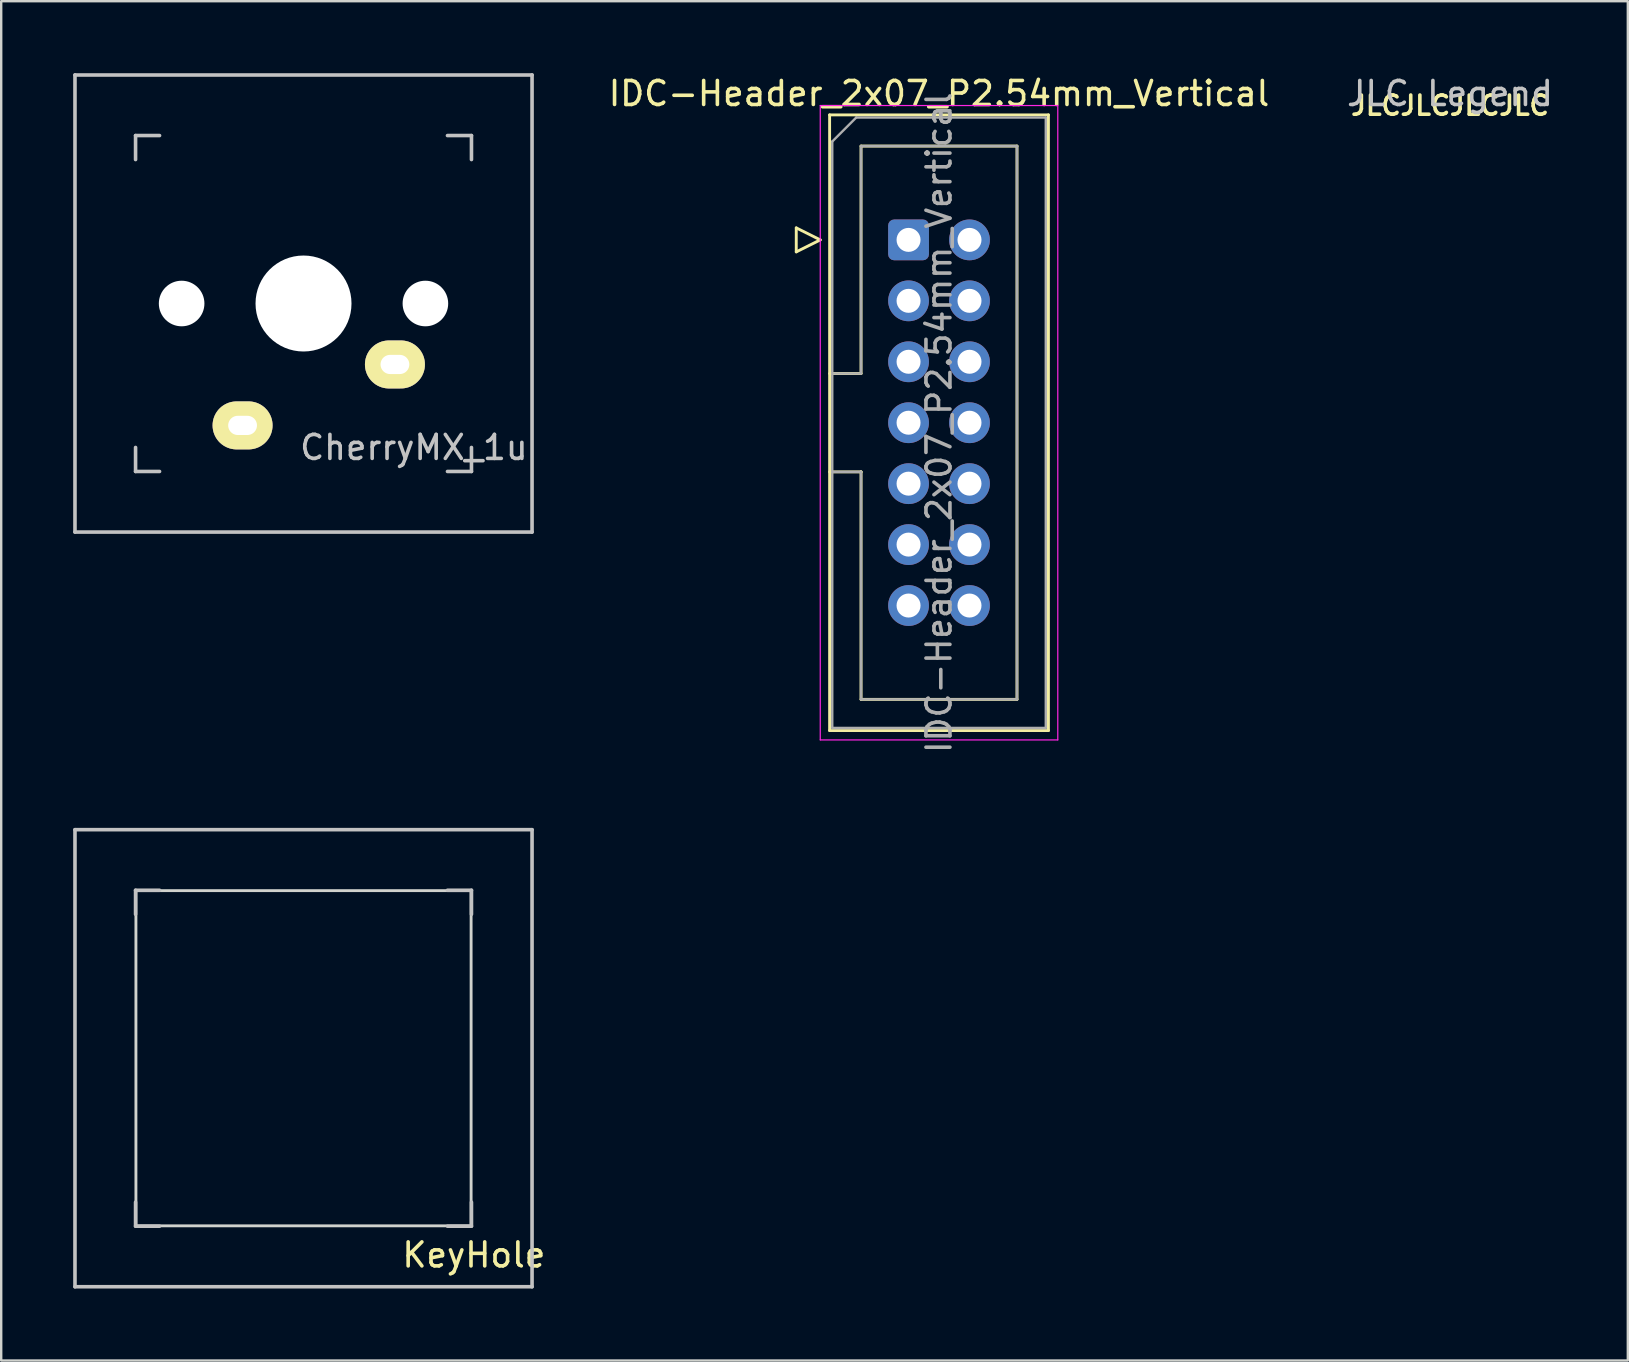
<source format=kicad_pcb>
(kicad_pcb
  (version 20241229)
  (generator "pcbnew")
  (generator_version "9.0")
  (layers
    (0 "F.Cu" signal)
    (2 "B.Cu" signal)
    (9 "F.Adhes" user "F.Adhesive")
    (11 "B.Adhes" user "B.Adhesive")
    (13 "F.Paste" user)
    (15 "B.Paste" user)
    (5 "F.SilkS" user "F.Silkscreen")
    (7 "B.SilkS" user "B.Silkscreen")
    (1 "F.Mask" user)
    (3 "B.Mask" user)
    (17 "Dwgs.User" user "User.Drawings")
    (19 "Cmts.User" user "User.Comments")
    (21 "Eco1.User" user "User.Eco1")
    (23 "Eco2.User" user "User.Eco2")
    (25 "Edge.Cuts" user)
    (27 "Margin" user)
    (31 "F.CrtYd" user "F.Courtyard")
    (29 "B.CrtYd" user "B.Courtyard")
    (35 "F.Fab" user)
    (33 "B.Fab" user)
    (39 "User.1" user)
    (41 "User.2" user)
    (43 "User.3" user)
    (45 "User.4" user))
  (footprint "JLC Legend"
    (layer "F.Cu")
    (at 57.385 1.348)
    (property "Reference" "JLC Legend" (at 0 -0.5 0) (unlocked yes) (layer "Dwgs.User") (effects (font (size 1 1) (thickness 0.15))))
    (fp_text user "JLCJLCJLCJLC" (at 0 0 0) (unlocked yes) (layer "F.SilkS") (effects (font (size 0.8 0.8) (thickness 0.15)))))
  (footprint "IDC-Header_2x07_P2.54mm_Vertical"
    (layer "F.Cu")
    (at 34.817 6.948)
    (property "Reference" "IDC-Header_2x07_P2.54mm_Vertical" (at 1.27 -6.1 0) (layer "F.SilkS") (effects (font (size 1 1) (thickness 0.15))))
    (attr through_hole)
    (fp_line (start -4.68 -0.5) (end -4.68 0.5) (stroke (width 0.12) (type solid)) (layer "F.SilkS"))
    (fp_line (start -4.68 0.5) (end -3.68 0) (stroke (width 0.12) (type solid)) (layer "F.SilkS"))
    (fp_line (start -3.68 0) (end -4.68 -0.5) (stroke (width 0.12) (type solid)) (layer "F.SilkS"))
    (fp_line (start -3.29 -5.21) (end 5.83 -5.21) (stroke (width 0.12) (type solid)) (layer "F.SilkS"))
    (fp_line (start -3.29 5.57) (end -1.98 5.57) (stroke (width 0.12) (type solid)) (layer "F.SilkS"))
    (fp_line (start -3.29 20.45) (end -3.29 -5.21) (stroke (width 0.12) (type solid)) (layer "F.SilkS"))
    (fp_line (start -1.98 -3.91) (end 4.52 -3.91) (stroke (width 0.12) (type solid)) (layer "F.SilkS"))
    (fp_line (start -1.98 5.57) (end -1.98 -3.91) (stroke (width 0.12) (type solid)) (layer "F.SilkS"))
    (fp_line (start -1.98 9.67) (end -3.29 9.67) (stroke (width 0.12) (type solid)) (layer "F.SilkS"))
    (fp_line (start -1.98 9.67) (end -1.98 9.67) (stroke (width 0.12) (type solid)) (layer "F.SilkS"))
    (fp_line (start -1.98 19.15) (end -1.98 9.67) (stroke (width 0.12) (type solid)) (layer "F.SilkS"))
    (fp_line (start 4.52 -3.91) (end 4.52 19.15) (stroke (width 0.12) (type solid)) (layer "F.SilkS"))
    (fp_line (start 4.52 19.15) (end -1.98 19.15) (stroke (width 0.12) (type solid)) (layer "F.SilkS"))
    (fp_line (start 5.83 -5.21) (end 5.83 20.45) (stroke (width 0.12) (type solid)) (layer "F.SilkS"))
    (fp_line (start 5.83 20.45) (end -3.29 20.45) (stroke (width 0.12) (type solid)) (layer "F.SilkS"))
    (fp_line (start -3.68 -5.6) (end -3.68 20.84) (stroke (width 0.05) (type solid)) (layer "F.CrtYd"))
    (fp_line (start -3.68 20.84) (end 6.22 20.84) (stroke (width 0.05) (type solid)) (layer "F.CrtYd"))
    (fp_line (start 6.22 -5.6) (end -3.68 -5.6) (stroke (width 0.05) (type solid)) (layer "F.CrtYd"))
    (fp_line (start 6.22 20.84) (end 6.22 -5.6) (stroke (width 0.05) (type solid)) (layer "F.CrtYd"))
    (fp_line (start -3.18 -4.1) (end -2.18 -5.1) (stroke (width 0.1) (type solid)) (layer "F.Fab"))
    (fp_line (start -3.18 5.57) (end -1.98 5.57) (stroke (width 0.1) (type solid)) (layer "F.Fab"))
    (fp_line (start -3.18 20.34) (end -3.18 -4.1) (stroke (width 0.1) (type solid)) (layer "F.Fab"))
    (fp_line (start -2.18 -5.1) (end 5.72 -5.1) (stroke (width 0.1) (type solid)) (layer "F.Fab"))
    (fp_line (start -1.98 -3.91) (end 4.52 -3.91) (stroke (width 0.1) (type solid)) (layer "F.Fab"))
    (fp_line (start -1.98 5.57) (end -1.98 -3.91) (stroke (width 0.1) (type solid)) (layer "F.Fab"))
    (fp_line (start -1.98 9.67) (end -3.18 9.67) (stroke (width 0.1) (type solid)) (layer "F.Fab"))
    (fp_line (start -1.98 9.67) (end -1.98 9.67) (stroke (width 0.1) (type solid)) (layer "F.Fab"))
    (fp_line (start -1.98 19.15) (end -1.98 9.67) (stroke (width 0.1) (type solid)) (layer "F.Fab"))
    (fp_line (start 4.52 -3.91) (end 4.52 19.15) (stroke (width 0.1) (type solid)) (layer "F.Fab"))
    (fp_line (start 4.52 19.15) (end -1.98 19.15) (stroke (width 0.1) (type solid)) (layer "F.Fab"))
    (fp_line (start 5.72 -5.1) (end 5.72 20.34) (stroke (width 0.1) (type solid)) (layer "F.Fab"))
    (fp_line (start 5.72 20.34) (end -3.18 20.34) (stroke (width 0.1) (type solid)) (layer "F.Fab"))
    (fp_text user "${REFERENCE}" (at 1.27 7.62 90) (layer "F.Fab") (effects (font (size 1 1) (thickness 0.15))))
    (pad "1" thru_hole roundrect (at 0 0) (size 1.7 1.7) (drill 1) (layers "*.Cu" "*.Mask") (roundrect_rratio 0.147))
    (pad "2" thru_hole circle (at 2.54 0) (size 1.7 1.7) (drill 1) (layers "*.Cu" "*.Mask"))
    (pad "3" thru_hole circle (at 0 2.54) (size 1.7 1.7) (drill 1) (layers "*.Cu" "*.Mask"))
    (pad "4" thru_hole circle (at 2.54 2.54) (size 1.7 1.7) (drill 1) (layers "*.Cu" "*.Mask"))
    (pad "5" thru_hole circle (at 0 5.08) (size 1.7 1.7) (drill 1) (layers "*.Cu" "*.Mask"))
    (pad "6" thru_hole circle (at 2.54 5.08) (size 1.7 1.7) (drill 1) (layers "*.Cu" "*.Mask"))
    (pad "7" thru_hole circle (at 0 7.62) (size 1.7 1.7) (drill 1) (layers "*.Cu" "*.Mask"))
    (pad "8" thru_hole circle (at 2.54 7.62) (size 1.7 1.7) (drill 1) (layers "*.Cu" "*.Mask"))
    (pad "9" thru_hole circle (at 0 10.16) (size 1.7 1.7) (drill 1) (layers "*.Cu" "*.Mask"))
    (pad "10" thru_hole circle (at 2.54 10.16) (size 1.7 1.7) (drill 1) (layers "*.Cu" "*.Mask"))
    (pad "11" thru_hole circle (at 0 12.7) (size 1.7 1.7) (drill 1) (layers "*.Cu" "*.Mask"))
    (pad "12" thru_hole circle (at 2.54 12.7) (size 1.7 1.7) (drill 1) (layers "*.Cu" "*.Mask"))
    (pad "13" thru_hole circle (at 0 15.24) (size 1.7 1.7) (drill 1) (layers "*.Cu" "*.Mask"))
    (pad "14" thru_hole circle (at 2.54 15.24) (size 1.7 1.7) (drill 1) (layers "*.Cu" "*.Mask")))
  (footprint "CherryMX_1u"
    (layer "F.Cu")
    (at 9.6 9.6)
    (property "Reference" "CherryMX_1u" (at 4.6 6 180) (layer "Dwgs.User") (effects (font (size 1 1) (thickness 0.15))))
    (attr through_hole)
    (fp_line (start -9.525 -9.525) (end 9.525 -9.525) (stroke (width 0.15) (type solid)) (layer "Dwgs.User"))
    (fp_line (start -9.525 9.525) (end -9.525 -9.525) (stroke (width 0.15) (type solid)) (layer "Dwgs.User"))
    (fp_line (start -7 -7) (end -6 -7) (stroke (width 0.15) (type solid)) (layer "Dwgs.User"))
    (fp_line (start -7 -6) (end -7 -7) (stroke (width 0.15) (type solid)) (layer "Dwgs.User"))
    (fp_line (start -7 6) (end -7 7) (stroke (width 0.15) (type solid)) (layer "Dwgs.User"))
    (fp_line (start -6 7) (end -7 7) (stroke (width 0.15) (type solid)) (layer "Dwgs.User"))
    (fp_line (start 6 7) (end 7 7) (stroke (width 0.15) (type solid)) (layer "Dwgs.User"))
    (fp_line (start 7 -7) (end 6 -7) (stroke (width 0.15) (type solid)) (layer "Dwgs.User"))
    (fp_line (start 7 -6) (end 7 -7) (stroke (width 0.15) (type solid)) (layer "Dwgs.User"))
    (fp_line (start 7 7) (end 7 6) (stroke (width 0.15) (type solid)) (layer "Dwgs.User"))
    (fp_line (start 9.525 -9.525) (end 9.525 9.525) (stroke (width 0.15) (type solid)) (layer "Dwgs.User"))
    (fp_line (start 9.525 9.525) (end -9.525 9.525) (stroke (width 0.15) (type solid)) (layer "Dwgs.User"))
    (pad "" np_thru_hole circle (at -5.08 0 270) (size 1.9 1.9) (drill 1.9) (layers "*.Cu" "*.Mask"))
    (pad "" np_thru_hole circle (at 0 0) (size 4 4) (drill 4) (layers "*.Cu" "*.Mask"))
    (pad "" np_thru_hole circle (at 5.08 0 270) (size 1.9 1.9) (drill 1.9) (layers "*.Cu" "*.Mask"))
    (pad "1" thru_hole oval (at 3.81 2.54 180) (size 2.5 2) (drill oval 1.2 0.8) (layers "*.Cu" "B.Mask" "F.SilkS"))
    (pad "2" thru_hole oval (at -2.54 5.08 180) (size 2.5 2) (drill oval 1.2 0.8) (layers "*.Cu" "B.Mask" "F.SilkS")))
  (footprint "KeyHole"
    (layer "F.Cu")
    (at 9.6 41.055)
    (property "Reference" "KeyHole" (at 7.1 8.2 0) (layer "F.SilkS") (effects (font (size 1 1) (thickness 0.15))))
    (fp_line (start -9.525 -9.525) (end 9.525 -9.525) (stroke (width 0.15) (type solid)) (layer "Dwgs.User"))
    (fp_line (start -9.525 9.525) (end -9.525 -9.525) (stroke (width 0.15) (type solid)) (layer "Dwgs.User"))
    (fp_line (start -7 -7) (end -6 -7) (stroke (width 0.15) (type solid)) (layer "Dwgs.User"))
    (fp_line (start -7 -6) (end -7 -7) (stroke (width 0.15) (type solid)) (layer "Dwgs.User"))
    (fp_line (start -7 6) (end -7 7) (stroke (width 0.15) (type solid)) (layer "Dwgs.User"))
    (fp_line (start -7 7) (end -6 7) (stroke (width 0.15) (type solid)) (layer "Dwgs.User"))
    (fp_line (start 6 7) (end 7 7) (stroke (width 0.15) (type solid)) (layer "Dwgs.User"))
    (fp_line (start 7 -7) (end 6 -7) (stroke (width 0.15) (type solid)) (layer "Dwgs.User"))
    (fp_line (start 7 -7) (end 7 -6) (stroke (width 0.15) (type solid)) (layer "Dwgs.User"))
    (fp_line (start 7 7) (end 7 6) (stroke (width 0.15) (type solid)) (layer "Dwgs.User"))
    (fp_line (start 9.525 -9.525) (end 9.525 9.525) (stroke (width 0.15) (type solid)) (layer "Dwgs.User"))
    (fp_line (start 9.525 9.525) (end -9.525 9.525) (stroke (width 0.15) (type solid)) (layer "Dwgs.User"))
    (fp_line (start -6.985 -6.985) (end -6.985 6.985) (stroke (width 0.12) (type solid)) (layer "Edge.Cuts"))
    (fp_line (start -6.985 6.985) (end 6.985 6.985) (stroke (width 0.12) (type solid)) (layer "Edge.Cuts"))
    (fp_line (start 6.985 -6.985) (end -6.985 -6.985) (stroke (width 0.12) (type solid)) (layer "Edge.Cuts"))
    (fp_line (start 6.985 6.985) (end 6.985 -6.985) (stroke (width 0.12) (type solid)) (layer "Edge.Cuts")))
  (gr_rect
    (start -3 -3)
    (end 64.795 53.655)
    (stroke (width 0.1) (type default))
    (fill no)
    (layer "Edge.Cuts")))
</source>
